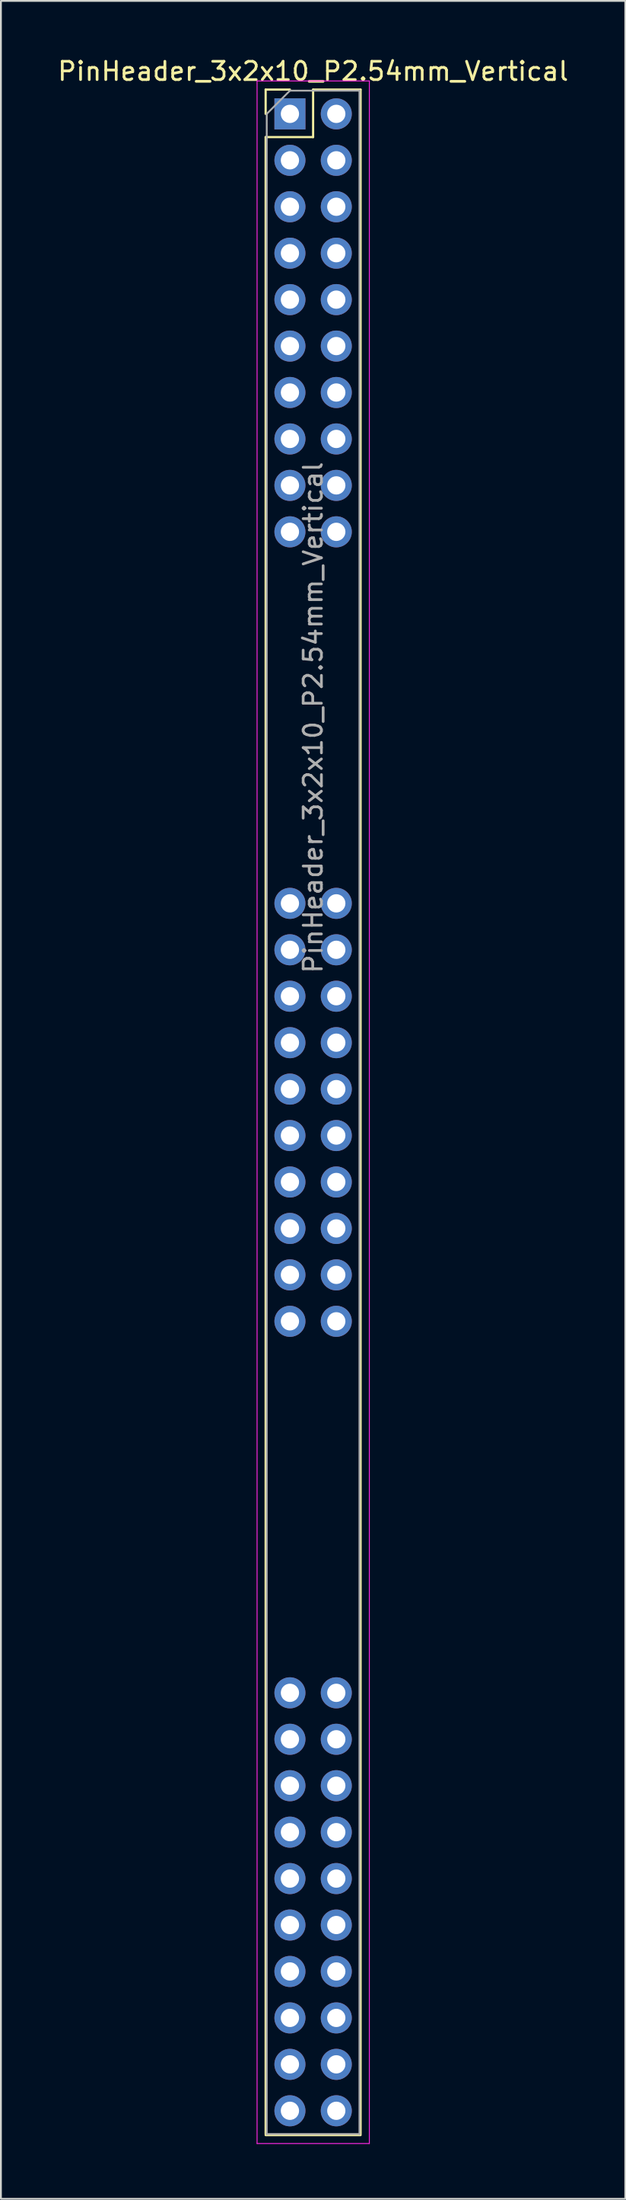
<source format=kicad_pcb>
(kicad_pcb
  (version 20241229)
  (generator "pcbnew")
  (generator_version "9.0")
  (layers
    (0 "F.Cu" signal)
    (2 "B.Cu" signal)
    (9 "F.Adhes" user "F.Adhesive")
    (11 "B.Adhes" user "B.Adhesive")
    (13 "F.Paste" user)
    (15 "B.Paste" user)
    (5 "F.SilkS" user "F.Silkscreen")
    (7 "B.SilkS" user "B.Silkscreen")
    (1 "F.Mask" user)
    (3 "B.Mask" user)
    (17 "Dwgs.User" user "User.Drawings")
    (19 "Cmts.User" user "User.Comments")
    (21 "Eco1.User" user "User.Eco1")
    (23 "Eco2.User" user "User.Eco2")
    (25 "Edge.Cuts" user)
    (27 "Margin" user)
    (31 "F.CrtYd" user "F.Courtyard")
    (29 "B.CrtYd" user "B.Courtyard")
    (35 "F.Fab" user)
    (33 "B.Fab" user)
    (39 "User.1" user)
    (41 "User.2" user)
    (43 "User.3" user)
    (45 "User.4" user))
  (footprint "PinHeader_3x2x10_P2.54mm_Vertical"
    (layer "F.Cu")
    (at 12.831 3.178)
    (property "Reference" "PinHeader_3x2x10_P2.54mm_Vertical" (at 1.27 -2.33 0) (layer "F.SilkS") (effects (font (size 1 1) (thickness 0.15))))
    (attr through_hole)
    (fp_line (start -1.33 -1.33) (end 0 -1.33) (stroke (width 0.12) (type solid)) (layer "F.SilkS"))
    (fp_line (start -1.33 0) (end -1.33 -1.33) (stroke (width 0.12) (type solid)) (layer "F.SilkS"))
    (fp_line (start -1.33 1.27) (end -1.33 110.49) (stroke (width 0.12) (type solid)) (layer "F.SilkS"))
    (fp_line (start -1.33 1.27) (end 1.27 1.27) (stroke (width 0.12) (type solid)) (layer "F.SilkS"))
    (fp_line (start -1.33 110.55) (end 3.87 110.55) (stroke (width 0.12) (type solid)) (layer "F.SilkS"))
    (fp_line (start 1.27 -1.33) (end 3.87 -1.33) (stroke (width 0.12) (type solid)) (layer "F.SilkS"))
    (fp_line (start 1.27 1.27) (end 1.27 -1.33) (stroke (width 0.12) (type solid)) (layer "F.SilkS"))
    (fp_line (start 3.87 -1.33) (end 3.87 110.49) (stroke (width 0.12) (type solid)) (layer "F.SilkS"))
    (fp_line (start -1.8 -1.8) (end -1.8 111.01) (stroke (width 0.05) (type solid)) (layer "F.CrtYd"))
    (fp_line (start -1.8 111.01) (end 4.35 111.01) (stroke (width 0.05) (type solid)) (layer "F.CrtYd"))
    (fp_line (start 4.35 -1.8) (end -1.8 -1.8) (stroke (width 0.05) (type solid)) (layer "F.CrtYd"))
    (fp_line (start 4.35 111.01) (end 4.35 -1.8) (stroke (width 0.05) (type solid)) (layer "F.CrtYd"))
    (fp_line (start -1.27 0) (end -1.27 110.49) (stroke (width 0.1) (type solid)) (layer "F.Fab"))
    (fp_line (start -1.27 0) (end 0 -1.27) (stroke (width 0.1) (type solid)) (layer "F.Fab"))
    (fp_line (start 0 -1.27) (end 3.81 -1.27) (stroke (width 0.1) (type solid)) (layer "F.Fab"))
    (fp_line (start 3.81 -1.27) (end 3.81 110.49) (stroke (width 0.1) (type solid)) (layer "F.Fab"))
    (fp_line (start 3.81 110.49) (end -1.27 110.49) (stroke (width 0.1) (type solid)) (layer "F.Fab"))
    (fp_text user "${REFERENCE}" (at 1.27 33.02 90) (layer "F.Fab") (effects (font (size 1 1) (thickness 0.15))))
    (pad "1" thru_hole rect (at 0 0) (size 1.7 1.7) (drill 1) (layers "*.Cu" "*.Mask"))
    (pad "2" thru_hole oval (at 2.54 0) (size 1.7 1.7) (drill 1) (layers "*.Cu" "*.Mask"))
    (pad "3" thru_hole oval (at 0 2.54) (size 1.7 1.7) (drill 1) (layers "*.Cu" "*.Mask"))
    (pad "4" thru_hole oval (at 2.54 2.54) (size 1.7 1.7) (drill 1) (layers "*.Cu" "*.Mask"))
    (pad "5" thru_hole oval (at 0 5.08) (size 1.7 1.7) (drill 1) (layers "*.Cu" "*.Mask"))
    (pad "6" thru_hole oval (at 2.54 5.08) (size 1.7 1.7) (drill 1) (layers "*.Cu" "*.Mask"))
    (pad "7" thru_hole oval (at 0 7.62) (size 1.7 1.7) (drill 1) (layers "*.Cu" "*.Mask"))
    (pad "8" thru_hole oval (at 2.54 7.62) (size 1.7 1.7) (drill 1) (layers "*.Cu" "*.Mask"))
    (pad "9" thru_hole oval (at 0 10.16) (size 1.7 1.7) (drill 1) (layers "*.Cu" "*.Mask"))
    (pad "10" thru_hole oval (at 2.54 10.16) (size 1.7 1.7) (drill 1) (layers "*.Cu" "*.Mask"))
    (pad "11" thru_hole oval (at 0 12.7) (size 1.7 1.7) (drill 1) (layers "*.Cu" "*.Mask"))
    (pad "12" thru_hole oval (at 2.54 12.7) (size 1.7 1.7) (drill 1) (layers "*.Cu" "*.Mask"))
    (pad "13" thru_hole oval (at 0 15.24) (size 1.7 1.7) (drill 1) (layers "*.Cu" "*.Mask"))
    (pad "14" thru_hole oval (at 2.54 15.24) (size 1.7 1.7) (drill 1) (layers "*.Cu" "*.Mask"))
    (pad "15" thru_hole oval (at 0 17.78) (size 1.7 1.7) (drill 1) (layers "*.Cu" "*.Mask"))
    (pad "16" thru_hole oval (at 2.54 17.78) (size 1.7 1.7) (drill 1) (layers "*.Cu" "*.Mask"))
    (pad "17" thru_hole oval (at 0 20.32) (size 1.7 1.7) (drill 1) (layers "*.Cu" "*.Mask"))
    (pad "18" thru_hole oval (at 2.54 20.32) (size 1.7 1.7) (drill 1) (layers "*.Cu" "*.Mask"))
    (pad "19" thru_hole oval (at 0 22.86) (size 1.7 1.7) (drill 1) (layers "*.Cu" "*.Mask"))
    (pad "20" thru_hole oval (at 2.54 22.86) (size 1.7 1.7) (drill 1) (layers "*.Cu" "*.Mask"))
    (pad "21" thru_hole oval (at 0 43.18) (size 1.7 1.7) (drill 1) (layers "*.Cu" "*.Mask"))
    (pad "22" thru_hole oval (at 2.54 43.18) (size 1.7 1.7) (drill 1) (layers "*.Cu" "*.Mask"))
    (pad "23" thru_hole oval (at 0 45.72) (size 1.7 1.7) (drill 1) (layers "*.Cu" "*.Mask"))
    (pad "24" thru_hole oval (at 2.54 45.72) (size 1.7 1.7) (drill 1) (layers "*.Cu" "*.Mask"))
    (pad "25" thru_hole oval (at 0 48.26) (size 1.7 1.7) (drill 1) (layers "*.Cu" "*.Mask"))
    (pad "26" thru_hole oval (at 2.54 48.26) (size 1.7 1.7) (drill 1) (layers "*.Cu" "*.Mask"))
    (pad "27" thru_hole oval (at 0 50.8) (size 1.7 1.7) (drill 1) (layers "*.Cu" "*.Mask"))
    (pad "28" thru_hole oval (at 2.54 50.8) (size 1.7 1.7) (drill 1) (layers "*.Cu" "*.Mask"))
    (pad "29" thru_hole oval (at 0 53.34) (size 1.7 1.7) (drill 1) (layers "*.Cu" "*.Mask"))
    (pad "30" thru_hole oval (at 2.54 53.34) (size 1.7 1.7) (drill 1) (layers "*.Cu" "*.Mask"))
    (pad "31" thru_hole oval (at 0 55.88) (size 1.7 1.7) (drill 1) (layers "*.Cu" "*.Mask"))
    (pad "32" thru_hole oval (at 2.54 55.88) (size 1.7 1.7) (drill 1) (layers "*.Cu" "*.Mask"))
    (pad "33" thru_hole oval (at 0 58.42) (size 1.7 1.7) (drill 1) (layers "*.Cu" "*.Mask"))
    (pad "34" thru_hole oval (at 2.54 58.42) (size 1.7 1.7) (drill 1) (layers "*.Cu" "*.Mask"))
    (pad "35" thru_hole oval (at 0 60.96) (size 1.7 1.7) (drill 1) (layers "*.Cu" "*.Mask"))
    (pad "36" thru_hole oval (at 2.54 60.96) (size 1.7 1.7) (drill 1) (layers "*.Cu" "*.Mask"))
    (pad "37" thru_hole oval (at 0 63.5) (size 1.7 1.7) (drill 1) (layers "*.Cu" "*.Mask"))
    (pad "38" thru_hole oval (at 2.54 63.5) (size 1.7 1.7) (drill 1) (layers "*.Cu" "*.Mask"))
    (pad "39" thru_hole oval (at 0 66.04) (size 1.7 1.7) (drill 1) (layers "*.Cu" "*.Mask"))
    (pad "40" thru_hole oval (at 2.54 66.04) (size 1.7 1.7) (drill 1) (layers "*.Cu" "*.Mask"))
    (pad "41" thru_hole oval (at 0 86.36) (size 1.7 1.7) (drill 1) (layers "*.Cu" "*.Mask"))
    (pad "42" thru_hole oval (at 2.54 86.36) (size 1.7 1.7) (drill 1) (layers "*.Cu" "*.Mask"))
    (pad "43" thru_hole oval (at 0 88.9) (size 1.7 1.7) (drill 1) (layers "*.Cu" "*.Mask"))
    (pad "44" thru_hole oval (at 2.54 88.9) (size 1.7 1.7) (drill 1) (layers "*.Cu" "*.Mask"))
    (pad "45" thru_hole oval (at 0 91.44) (size 1.7 1.7) (drill 1) (layers "*.Cu" "*.Mask"))
    (pad "46" thru_hole oval (at 2.54 91.44) (size 1.7 1.7) (drill 1) (layers "*.Cu" "*.Mask"))
    (pad "47" thru_hole oval (at 0 93.98) (size 1.7 1.7) (drill 1) (layers "*.Cu" "*.Mask"))
    (pad "48" thru_hole oval (at 2.54 93.98) (size 1.7 1.7) (drill 1) (layers "*.Cu" "*.Mask"))
    (pad "49" thru_hole oval (at 0 96.52) (size 1.7 1.7) (drill 1) (layers "*.Cu" "*.Mask"))
    (pad "50" thru_hole oval (at 2.54 96.52) (size 1.7 1.7) (drill 1) (layers "*.Cu" "*.Mask"))
    (pad "51" thru_hole oval (at 0 99.06) (size 1.7 1.7) (drill 1) (layers "*.Cu" "*.Mask"))
    (pad "52" thru_hole oval (at 2.54 99.06) (size 1.7 1.7) (drill 1) (layers "*.Cu" "*.Mask"))
    (pad "53" thru_hole oval (at 0 101.6) (size 1.7 1.7) (drill 1) (layers "*.Cu" "*.Mask"))
    (pad "54" thru_hole oval (at 2.54 101.6) (size 1.7 1.7) (drill 1) (layers "*.Cu" "*.Mask"))
    (pad "55" thru_hole oval (at 0 104.14) (size 1.7 1.7) (drill 1) (layers "*.Cu" "*.Mask"))
    (pad "56" thru_hole oval (at 2.54 104.14) (size 1.7 1.7) (drill 1) (layers "*.Cu" "*.Mask"))
    (pad "57" thru_hole oval (at 0 106.68) (size 1.7 1.7) (drill 1) (layers "*.Cu" "*.Mask"))
    (pad "58" thru_hole oval (at 2.54 106.68) (size 1.7 1.7) (drill 1) (layers "*.Cu" "*.Mask"))
    (pad "59" thru_hole oval (at 0 109.22) (size 1.7 1.7) (drill 1) (layers "*.Cu" "*.Mask"))
    (pad "60" thru_hole oval (at 2.54 109.22) (size 1.7 1.7) (drill 1) (layers "*.Cu" "*.Mask")))
  (gr_rect
    (start -3 -3)
    (end 31.202 117.213)
    (stroke (width 0.1) (type default))
    (fill no)
    (layer "Edge.Cuts")))
</source>
